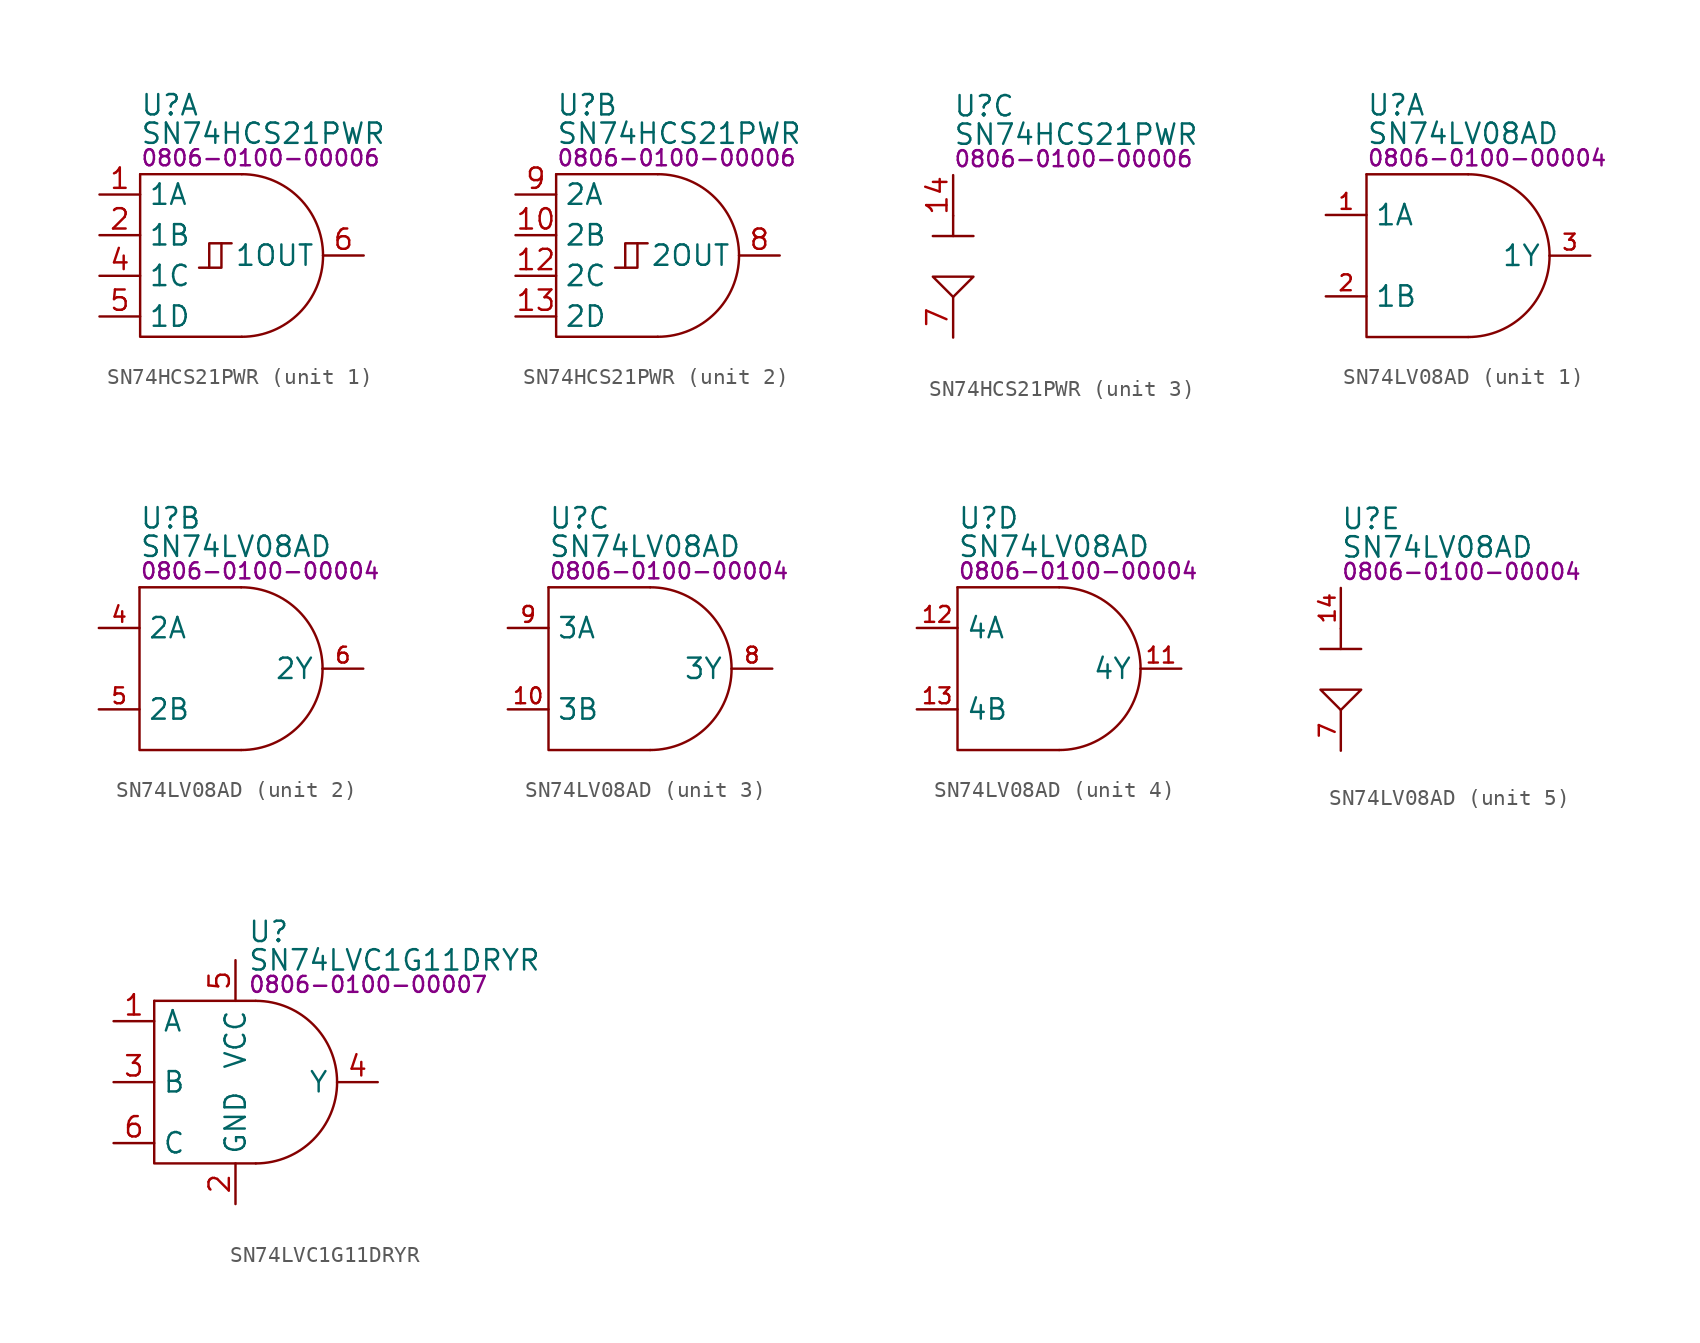
<source format=kicad_sym>
(kicad_symbol_lib
  (version 20231120)
  (generator "kicad_symbol_editor")
  (generator_version "8.0")
  (symbol "SN74HCS21PWR"
    (property "Reference" "U"
      (at 0 9.398 0)
      (effects (font (size 1.27 1.27)) (justify left)))
    (property "Value" "SN74HCS21PWR"
      (at 0 7.62 0)
      (effects (font (size 1.27 1.27)) (justify left)))
    (property "PartNumber" "0806-0100-00006"
      (at 0 6.096 0)
      (effects (font (size 1 1)) (justify left)))
    (property "ki_locked" ""
      (at 0 0 0)
      (effects (font (size 1.27 1.27))))
    (symbol "SN74HCS21PWR_1_0"
      (polyline (pts (xy 4.318 -0.762) (xy 4.318 0.762) (xy 5.08 0.762)) (stroke (width 0) (type default)) (fill (type none)))
      (polyline (pts (xy 3.683 -0.762) (xy 5.08 -0.762) (xy 5.08 0.762) (xy 5.715 0.762)) (stroke (width 0) (type default)) (fill (type none)))
      (pin input line (at -2.54 3.81 0) (length 2.54) (name "1A" (effects (font (size 1.27 1.27)))) (number "1" (effects (font (size 1.27 1.27)))))
      (pin input line (at -2.54 1.27 0) (length 2.54) (name "1B" (effects (font (size 1.27 1.27)))) (number "2" (effects (font (size 1.27 1.27)))))
      (pin input line (at -2.54 -1.27 0) (length 2.54) (name "1C" (effects (font (size 1.27 1.27)))) (number "4" (effects (font (size 1.27 1.27)))))
      (pin input line (at -2.54 -3.81 0) (length 2.54) (name "1D" (effects (font (size 1.27 1.27)))) (number "5" (effects (font (size 1.27 1.27)))))
      (pin output line (at 13.97 0 180) (length 2.54) (name "1OUT" (effects (font (size 1.27 1.27)))) (number "6" (effects (font (size 1.27 1.27))))))
    (symbol "SN74HCS21PWR_1_1"
      (polyline (pts (xy 0 5.08) (xy 6.35 5.08)) (stroke (width 0) (type default)) (fill (type none)))
      (polyline (pts (xy 0 5.08) (xy 0 -5.08) (xy 6.35 -5.08)) (stroke (width 0) (type default)) (fill (type none)))
      (arc (start 6.35 -5.08) (mid 9.9421 -3.5921) (end 11.43 0) (stroke (width 0) (type default)) (fill (type none)))
      (arc (start 11.43 0) (mid 9.9421 3.5921) (end 6.35 5.08) (stroke (width 0) (type default)) (fill (type none))))
    (symbol "SN74HCS21PWR_2_0"
      (polyline (pts (xy 4.318 -0.762) (xy 4.318 0.762) (xy 5.08 0.762)) (stroke (width 0) (type default)) (fill (type none)))
      (polyline (pts (xy 3.683 -0.762) (xy 5.08 -0.762) (xy 5.08 0.762) (xy 5.715 0.762)) (stroke (width 0) (type default)) (fill (type none)))
      (pin input line (at -2.54 1.27 0) (length 2.54) (name "2B" (effects (font (size 1.27 1.27)))) (number "10" (effects (font (size 1.27 1.27)))))
      (pin input line (at -2.54 -1.27 0) (length 2.54) (name "2C" (effects (font (size 1.27 1.27)))) (number "12" (effects (font (size 1.27 1.27)))))
      (pin input line (at -2.54 -3.81 0) (length 2.54) (name "2D" (effects (font (size 1.27 1.27)))) (number "13" (effects (font (size 1.27 1.27)))))
      (pin output line (at 13.97 0 180) (length 2.54) (name "2OUT" (effects (font (size 1.27 1.27)))) (number "8" (effects (font (size 1.27 1.27)))))
      (pin input line (at -2.54 3.81 0) (length 2.54) (name "2A" (effects (font (size 1.27 1.27)))) (number "9" (effects (font (size 1.27 1.27))))))
    (symbol "SN74HCS21PWR_2_1"
      (polyline (pts (xy 0 5.08) (xy 6.35 5.08)) (stroke (width 0) (type default)) (fill (type none)))
      (polyline (pts (xy 0 5.08) (xy 0 -5.08) (xy 6.35 -5.08)) (stroke (width 0) (type default)) (fill (type none)))
      (arc (start 6.35 -5.08) (mid 9.9421 -3.5921) (end 11.43 0) (stroke (width 0) (type default)) (fill (type none)))
      (arc (start 11.43 0) (mid 9.9421 3.5921) (end 6.35 5.08) (stroke (width 0) (type default)) (fill (type none))))
    (symbol "SN74HCS21PWR_3_0"
      (pin no_connect line (at 3.175 -5.715 90) (length 2.54) hide (name "NC" (effects (font (size 1.27 1.27)))) (number "11" (effects (font (size 1.27 1.27)))))
      (pin power_in line (at 0 5.08 270) (length 2.54) (name "VCC" (effects (font (size 0 0)))) (number "14" (effects (font (size 1.27 1.27)))))
      (pin no_connect line (at 3.175 -5.715 90) (length 2.54) hide (name "NC" (effects (font (size 1.27 1.27)))) (number "3" (effects (font (size 1.27 1.27)))))
      (pin power_in line (at 0 -5.08 90) (length 2.54) (name "GND" (effects (font (size 0 0)))) (number "7" (effects (font (size 1.27 1.27))))))
    (symbol "SN74HCS21PWR_3_1"
      (polyline (pts (xy -1.27 1.27) (xy 1.27 1.27)) (stroke (width 0) (type default)) (fill (type none)))
      (polyline (pts (xy 0 2.54) (xy 0 1.27)) (stroke (width 0) (type default)) (fill (type none)))
      (polyline (pts (xy 0 -2.54) (xy -1.27 -1.27) (xy 1.27 -1.27) (xy 0 -2.54)) (stroke (width 0) (type default)) (fill (type none)))))
  (symbol "SN74LV08AD"
    (property "Reference" "U"
      (at 0 9.398 0)
      (effects (font (size 1.27 1.27)) (justify left)))
    (property "Value" "SN74LV08AD"
      (at 0 7.62 0)
      (effects (font (size 1.27 1.27)) (justify left)))
    (property "PartNumber" "0806-0100-00004"
      (at 0 6.096 0)
      (effects (font (size 1 1)) (justify left)))
    (property "ki_locked" ""
      (at 0 0 0)
      (effects (font (size 1.27 1.27))))
    (symbol "SN74LV08AD_1_0"
      (pin input line (at -2.54 2.54 0) (length 2.54) (name "1A" (effects (font (size 1.27 1.27)))) (number "1" (effects (font (size 0.991 0.991)))))
      (pin input line (at -2.54 -2.54 0) (length 2.54) (name "1B" (effects (font (size 1.27 1.27)))) (number "2" (effects (font (size 0.991 0.991)))))
      (pin output line (at 13.97 0 180) (length 2.54) (name "1Y" (effects (font (size 1.27 1.27)))) (number "3" (effects (font (size 0.991 0.991))))))
    (symbol "SN74LV08AD_1_1"
      (polyline (pts (xy 0 5.08) (xy 6.35 5.08)) (stroke (width 0) (type default)) (fill (type none)))
      (polyline (pts (xy 0 5.08) (xy 0 -5.08) (xy 6.35 -5.08)) (stroke (width 0) (type default)) (fill (type none)))
      (arc (start 6.35 -5.08) (mid 9.9421 -3.5921) (end 11.43 0) (stroke (width 0) (type default)) (fill (type none)))
      (arc (start 11.43 0) (mid 9.9421 3.5921) (end 6.35 5.08) (stroke (width 0) (type default)) (fill (type none))))
    (symbol "SN74LV08AD_2_0"
      (pin input line (at -2.54 2.54 0) (length 2.54) (name "2A" (effects (font (size 1.27 1.27)))) (number "4" (effects (font (size 0.991 0.991)))))
      (pin input line (at -2.54 -2.54 0) (length 2.54) (name "2B" (effects (font (size 1.27 1.27)))) (number "5" (effects (font (size 0.991 0.991)))))
      (pin output line (at 13.97 0 180) (length 2.54) (name "2Y" (effects (font (size 1.27 1.27)))) (number "6" (effects (font (size 0.991 0.991))))))
    (symbol "SN74LV08AD_2_1"
      (polyline (pts (xy 0 5.08) (xy 6.35 5.08)) (stroke (width 0) (type default)) (fill (type none)))
      (polyline (pts (xy 0 5.08) (xy 0 -5.08) (xy 6.35 -5.08)) (stroke (width 0) (type default)) (fill (type none)))
      (arc (start 6.35 -5.08) (mid 9.9421 -3.5921) (end 11.43 0) (stroke (width 0) (type default)) (fill (type none)))
      (arc (start 11.43 0) (mid 9.9421 3.5921) (end 6.35 5.08) (stroke (width 0) (type default)) (fill (type none))))
    (symbol "SN74LV08AD_3_0"
      (pin input line (at -2.54 -2.54 0) (length 2.54) (name "3B" (effects (font (size 1.27 1.27)))) (number "10" (effects (font (size 0.991 0.991)))))
      (pin output line (at 13.97 0 180) (length 2.54) (name "3Y" (effects (font (size 1.27 1.27)))) (number "8" (effects (font (size 0.991 0.991)))))
      (pin input line (at -2.54 2.54 0) (length 2.54) (name "3A" (effects (font (size 1.27 1.27)))) (number "9" (effects (font (size 0.991 0.991))))))
    (symbol "SN74LV08AD_3_1"
      (polyline (pts (xy 0 5.08) (xy 6.35 5.08)) (stroke (width 0) (type default)) (fill (type none)))
      (polyline (pts (xy 0 5.08) (xy 0 -5.08) (xy 6.35 -5.08)) (stroke (width 0) (type default)) (fill (type none)))
      (arc (start 6.35 -5.08) (mid 9.9421 -3.5921) (end 11.43 0) (stroke (width 0) (type default)) (fill (type none)))
      (arc (start 11.43 0) (mid 9.9421 3.5921) (end 6.35 5.08) (stroke (width 0) (type default)) (fill (type none))))
    (symbol "SN74LV08AD_4_0"
      (pin output line (at 13.97 0 180) (length 2.54) (name "4Y" (effects (font (size 1.27 1.27)))) (number "11" (effects (font (size 0.991 0.991)))))
      (pin input line (at -2.54 2.54 0) (length 2.54) (name "4A" (effects (font (size 1.27 1.27)))) (number "12" (effects (font (size 0.991 0.991)))))
      (pin input line (at -2.54 -2.54 0) (length 2.54) (name "4B" (effects (font (size 1.27 1.27)))) (number "13" (effects (font (size 0.991 0.991))))))
    (symbol "SN74LV08AD_4_1"
      (polyline (pts (xy 0 5.08) (xy 6.35 5.08)) (stroke (width 0) (type default)) (fill (type none)))
      (polyline (pts (xy 0 5.08) (xy 0 -5.08) (xy 6.35 -5.08)) (stroke (width 0) (type default)) (fill (type none)))
      (arc (start 6.35 -5.08) (mid 9.9421 -3.5921) (end 11.43 0) (stroke (width 0) (type default)) (fill (type none)))
      (arc (start 11.43 0) (mid 9.9421 3.5921) (end 6.35 5.08) (stroke (width 0) (type default)) (fill (type none))))
    (symbol "SN74LV08AD_5_0"
      (pin power_in line (at 0 5.08 270) (length 2.54) (name "VCC" (effects (font (size 0 0)))) (number "14" (effects (font (size 0.991 0.991)))))
      (pin power_in line (at 0 -5.08 90) (length 2.54) (name "GND" (effects (font (size 0 0)))) (number "7" (effects (font (size 0.991 0.991))))))
    (symbol "SN74LV08AD_5_1"
      (polyline (pts (xy -1.27 1.27) (xy 1.27 1.27)) (stroke (width 0) (type default)) (fill (type none)))
      (polyline (pts (xy 0 2.54) (xy 0 1.27)) (stroke (width 0) (type default)) (fill (type none)))
      (polyline (pts (xy 0 -2.54) (xy -1.27 -1.27) (xy 1.27 -1.27) (xy 0 -2.54)) (stroke (width 0) (type default)) (fill (type none)))))
  (symbol "SN74LVC1G11DRYR"
    (property "Reference" "U"
      (at 0.762 9.398 0)
      (effects (font (size 1.27 1.27)) (justify left)))
    (property "Value" "SN74LVC1G11DRYR"
      (at 0.762 7.62 0)
      (effects (font (size 1.27 1.27)) (justify left)))
    (property "PartNumber" "0806-0100-00007"
      (at 0.762 6.096 0)
      (effects (font (size 1 1)) (justify left)))
    (symbol "SN74LVC1G11DRYR_0_0"
      (pin input line (at -7.62 3.81 0) (length 2.54) (name "A" (effects (font (size 1.27 1.27)))) (number "1" (effects (font (size 1.27 1.27)))))
      (pin power_in line (at 0 -7.62 90) (length 2.54) (name "GND" (effects (font (size 1.27 1.27)))) (number "2" (effects (font (size 1.27 1.27)))))
      (pin input line (at -7.62 0 0) (length 2.54) (name "B" (effects (font (size 1.27 1.27)))) (number "3" (effects (font (size 1.27 1.27)))))
      (pin output line (at 8.89 0 180) (length 2.54) (name "Y" (effects (font (size 1.27 1.27)))) (number "4" (effects (font (size 1.27 1.27)))))
      (pin power_in line (at 0 7.62 270) (length 2.54) (name "VCC" (effects (font (size 1.27 1.27)))) (number "5" (effects (font (size 1.27 1.27)))))
      (pin input line (at -7.62 -3.81 0) (length 2.54) (name "C" (effects (font (size 1.27 1.27)))) (number "6" (effects (font (size 1.27 1.27))))))
    (symbol "SN74LVC1G11DRYR_1_1"
      (polyline (pts (xy -5.08 5.08) (xy 1.27 5.08)) (stroke (width 0) (type default)) (fill (type none)))
      (polyline (pts (xy -5.08 5.08) (xy -5.08 -5.08) (xy 1.27 -5.08)) (stroke (width 0) (type default)) (fill (type none)))
      (arc (start 1.27 -5.08) (mid 4.8621 -3.5921) (end 6.35 0) (stroke (width 0) (type default)) (fill (type none)))
      (arc (start 6.35 0) (mid 4.8621 3.5921) (end 1.27 5.08) (stroke (width 0) (type default)) (fill (type none))))))
</source>
